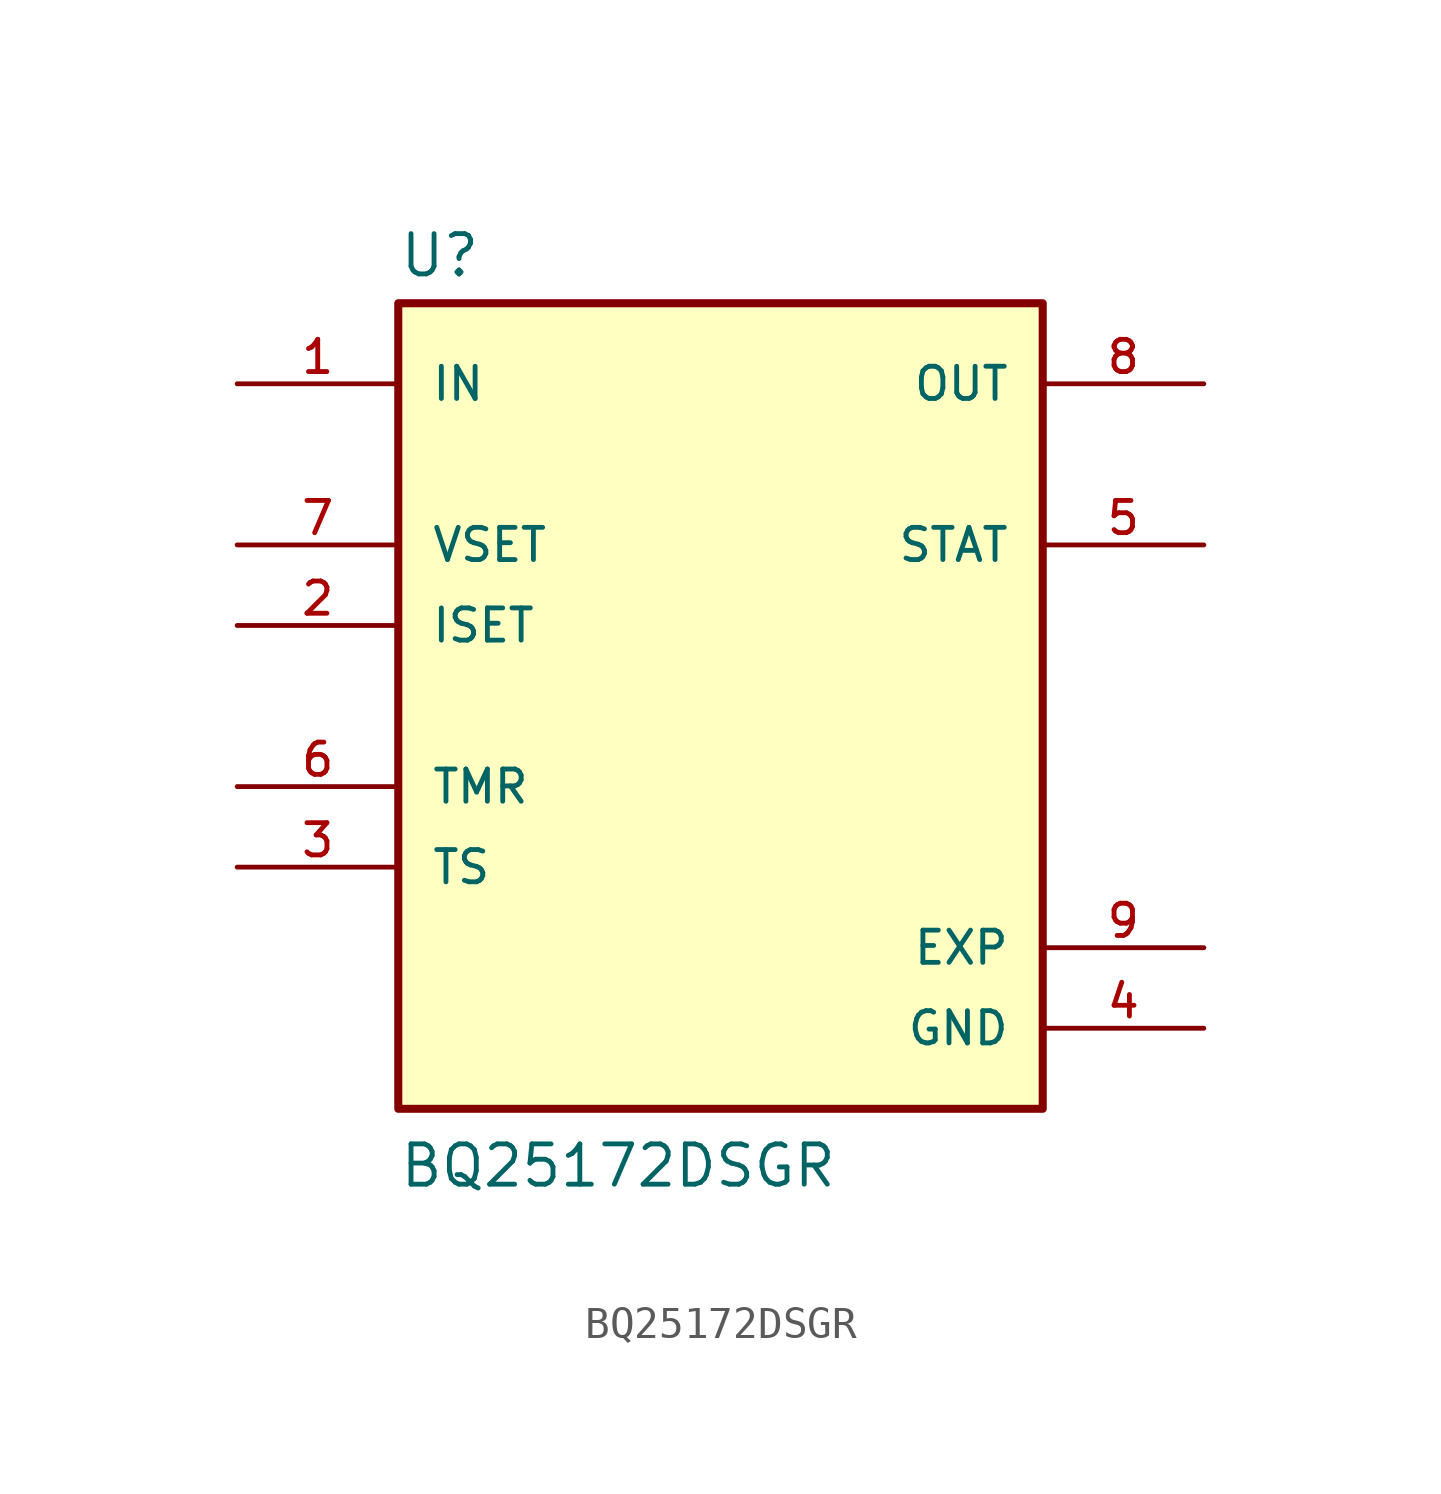
<source format=kicad_sym>
(kicad_symbol_lib
  (version 20231120)
  (generator "kicad_symbol_editor")
  (generator_version "8.0")
  (symbol "BQ25172DSGR"
    (pin_names
      (offset 1.016))
    (property "Reference" "U"
      (at -10.16 13.462 0)
      (effects (font (size 1.27 1.27)) (justify left bottom)))
    (property "Value" "BQ25172DSGR"
      (at -10.16 -15.24 0)
      (effects (font (size 1.27 1.27)) (justify left bottom)))
    (symbol "BQ25172DSGR_0_0"
      (rectangle (start -10.16 -12.7) (end 10.16 12.7) (stroke (width 0.254) (type default)) (fill (type background)))
      (pin input line (at -15.24 10.16 0) (length 5.08) (name "IN" (effects (font (size 1.016 1.016)))) (number "1" (effects (font (size 1.016 1.016)))))
      (pin input line (at -15.24 2.54 0) (length 5.08) (name "ISET" (effects (font (size 1.016 1.016)))) (number "2" (effects (font (size 1.016 1.016)))))
      (pin input line (at -15.24 -5.08 0) (length 5.08) (name "TS" (effects (font (size 1.016 1.016)))) (number "3" (effects (font (size 1.016 1.016)))))
      (pin power_in line (at 15.24 -10.16 180) (length 5.08) (name "GND" (effects (font (size 1.016 1.016)))) (number "4" (effects (font (size 1.016 1.016)))))
      (pin output line (at 15.24 5.08 180) (length 5.08) (name "STAT" (effects (font (size 1.016 1.016)))) (number "5" (effects (font (size 1.016 1.016)))))
      (pin input line (at -15.24 -2.54 0) (length 5.08) (name "TMR" (effects (font (size 1.016 1.016)))) (number "6" (effects (font (size 1.016 1.016)))))
      (pin input line (at -15.24 5.08 0) (length 5.08) (name "VSET" (effects (font (size 1.016 1.016)))) (number "7" (effects (font (size 1.016 1.016)))))
      (pin output line (at 15.24 10.16 180) (length 5.08) (name "OUT" (effects (font (size 1.016 1.016)))) (number "8" (effects (font (size 1.016 1.016)))))
      (pin power_in line (at 15.24 -7.62 180) (length 5.08) (name "EXP" (effects (font (size 1.016 1.016)))) (number "9" (effects (font (size 1.016 1.016))))))))
</source>
